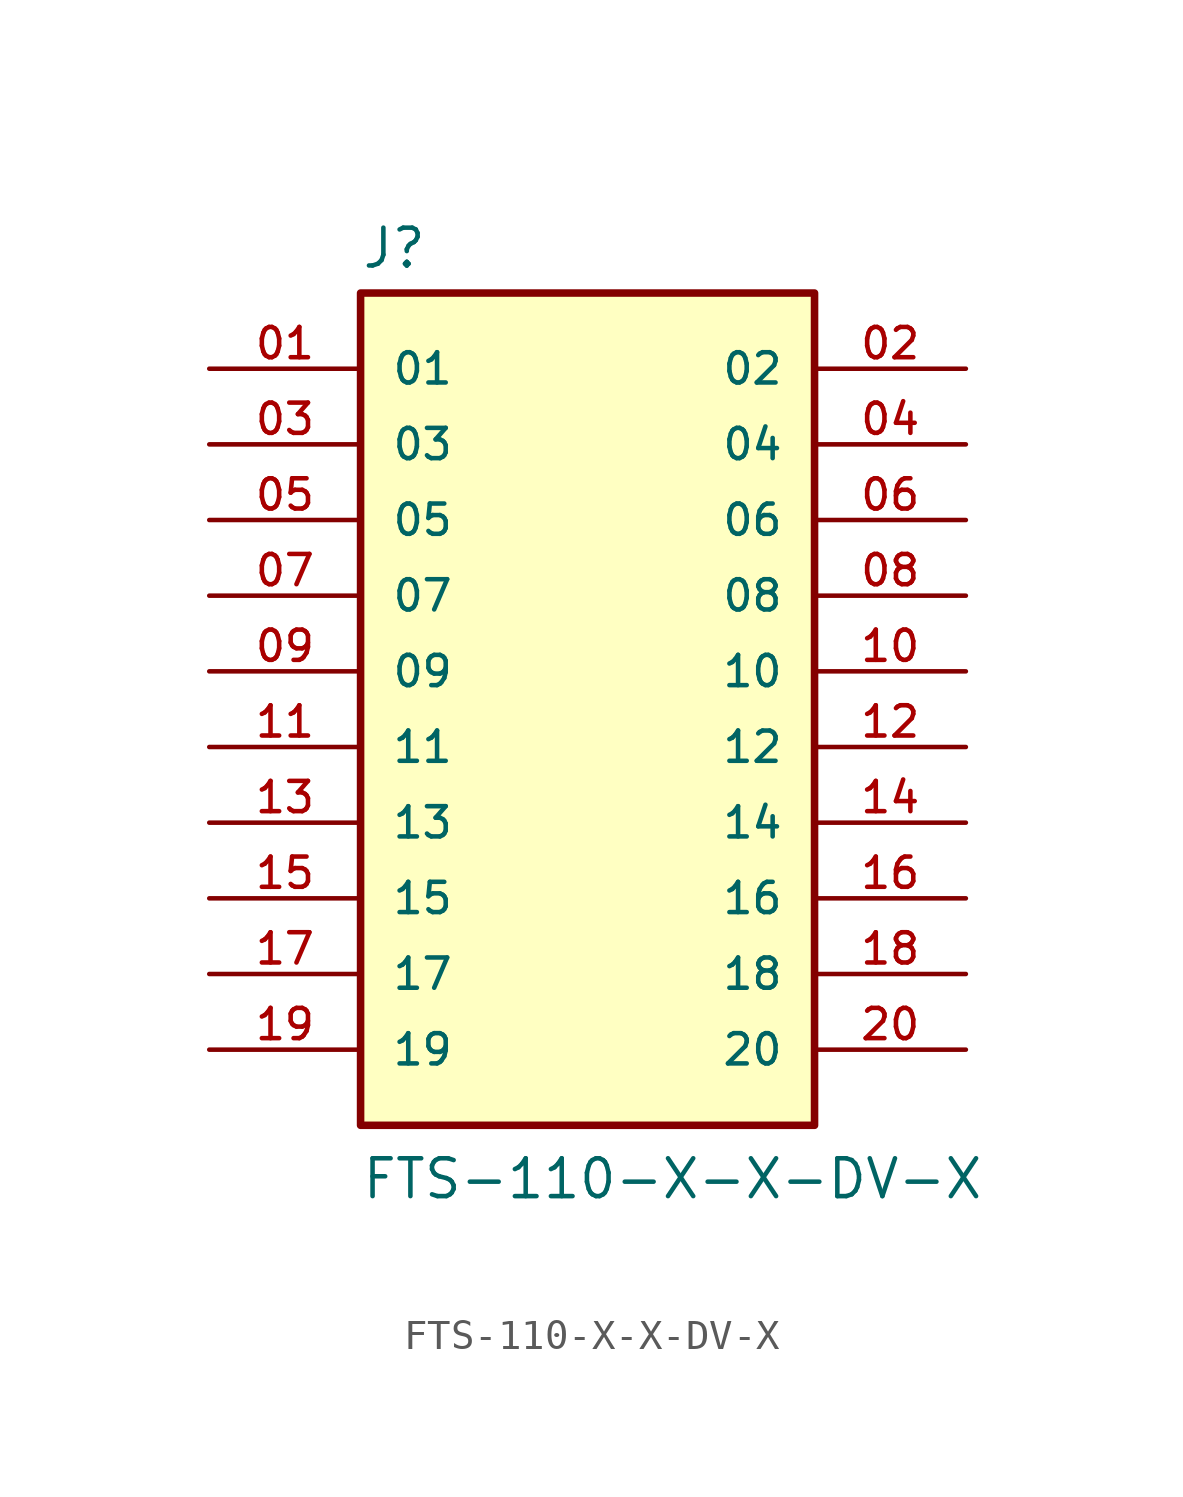
<source format=kicad_sym>
(kicad_symbol_lib
  (version 20211014)
  (generator kicad_symbol_editor)
  (symbol "FTS-110-X-X-DV-X"
    (pin_names
      (offset 1.016))
    (property "Reference" "J"
      (at -7.62 13.462 0)
      (effects (font (size 1.27 1.27)) (justify bottom left)))
    (property "Value" "FTS-110-X-X-DV-X"
      (at -7.62 -17.78 0)
      (effects (font (size 1.27 1.27)) (justify bottom left)))
    (symbol "FTS-110-X-X-DV-X_0_0"
      (rectangle (start -7.62 -15.24) (end 7.62 12.7) (stroke (width 0.254)) (fill (type background)))
      (pin passive line (at -12.7 10.16 0) (length 5.08) (name "01" (effects (font (size 1.016 1.016)))) (number "01" (effects (font (size 1.016 1.016)))))
      (pin passive line (at 12.7 10.16 180.0) (length 5.08) (name "02" (effects (font (size 1.016 1.016)))) (number "02" (effects (font (size 1.016 1.016)))))
      (pin passive line (at -12.7 7.62 0) (length 5.08) (name "03" (effects (font (size 1.016 1.016)))) (number "03" (effects (font (size 1.016 1.016)))))
      (pin passive line (at 12.7 7.62 180.0) (length 5.08) (name "04" (effects (font (size 1.016 1.016)))) (number "04" (effects (font (size 1.016 1.016)))))
      (pin passive line (at -12.7 5.08 0) (length 5.08) (name "05" (effects (font (size 1.016 1.016)))) (number "05" (effects (font (size 1.016 1.016)))))
      (pin passive line (at 12.7 5.08 180.0) (length 5.08) (name "06" (effects (font (size 1.016 1.016)))) (number "06" (effects (font (size 1.016 1.016)))))
      (pin passive line (at -12.7 2.54 0) (length 5.08) (name "07" (effects (font (size 1.016 1.016)))) (number "07" (effects (font (size 1.016 1.016)))))
      (pin passive line (at 12.7 2.54 180.0) (length 5.08) (name "08" (effects (font (size 1.016 1.016)))) (number "08" (effects (font (size 1.016 1.016)))))
      (pin passive line (at -12.7 0.0 0) (length 5.08) (name "09" (effects (font (size 1.016 1.016)))) (number "09" (effects (font (size 1.016 1.016)))))
      (pin passive line (at 12.7 0.0 180.0) (length 5.08) (name "10" (effects (font (size 1.016 1.016)))) (number "10" (effects (font (size 1.016 1.016)))))
      (pin passive line (at -12.7 -2.54 0) (length 5.08) (name "11" (effects (font (size 1.016 1.016)))) (number "11" (effects (font (size 1.016 1.016)))))
      (pin passive line (at 12.7 -2.54 180.0) (length 5.08) (name "12" (effects (font (size 1.016 1.016)))) (number "12" (effects (font (size 1.016 1.016)))))
      (pin passive line (at -12.7 -5.08 0) (length 5.08) (name "13" (effects (font (size 1.016 1.016)))) (number "13" (effects (font (size 1.016 1.016)))))
      (pin passive line (at 12.7 -5.08 180.0) (length 5.08) (name "14" (effects (font (size 1.016 1.016)))) (number "14" (effects (font (size 1.016 1.016)))))
      (pin passive line (at -12.7 -7.62 0) (length 5.08) (name "15" (effects (font (size 1.016 1.016)))) (number "15" (effects (font (size 1.016 1.016)))))
      (pin passive line (at 12.7 -7.62 180.0) (length 5.08) (name "16" (effects (font (size 1.016 1.016)))) (number "16" (effects (font (size 1.016 1.016)))))
      (pin passive line (at -12.7 -10.16 0) (length 5.08) (name "17" (effects (font (size 1.016 1.016)))) (number "17" (effects (font (size 1.016 1.016)))))
      (pin passive line (at 12.7 -10.16 180.0) (length 5.08) (name "18" (effects (font (size 1.016 1.016)))) (number "18" (effects (font (size 1.016 1.016)))))
      (pin passive line (at -12.7 -12.7 0) (length 5.08) (name "19" (effects (font (size 1.016 1.016)))) (number "19" (effects (font (size 1.016 1.016)))))
      (pin passive line (at 12.7 -12.7 180.0) (length 5.08) (name "20" (effects (font (size 1.016 1.016)))) (number "20" (effects (font (size 1.016 1.016))))))))
</source>
